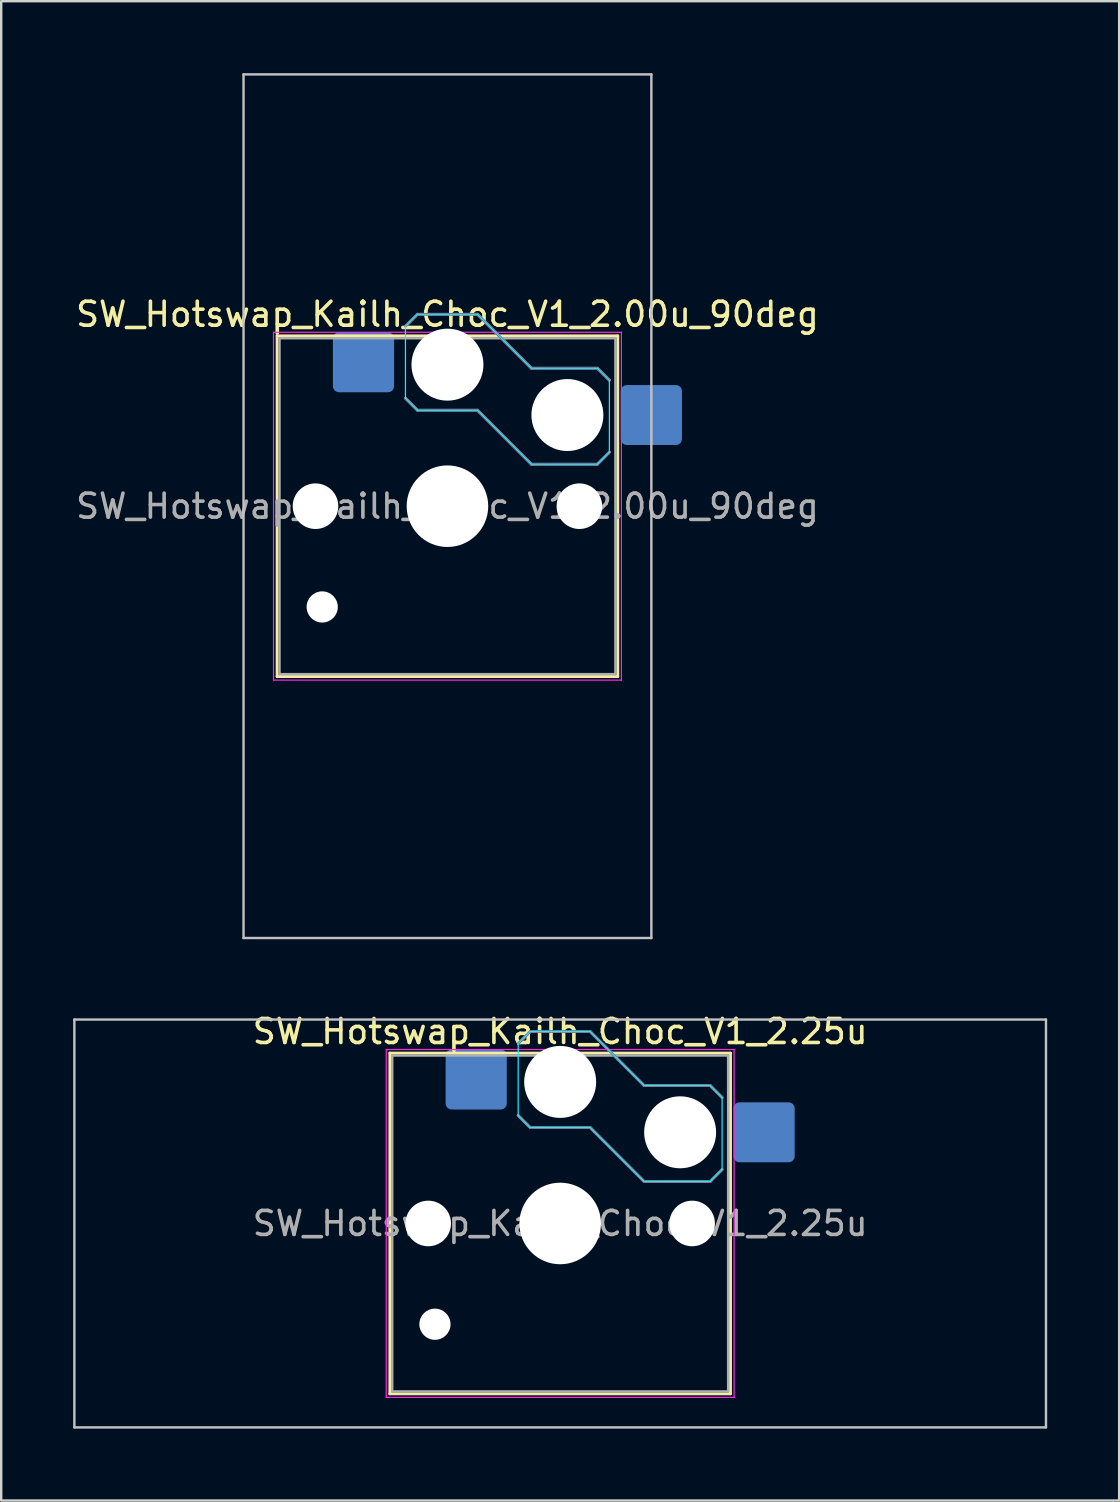
<source format=kicad_pcb>
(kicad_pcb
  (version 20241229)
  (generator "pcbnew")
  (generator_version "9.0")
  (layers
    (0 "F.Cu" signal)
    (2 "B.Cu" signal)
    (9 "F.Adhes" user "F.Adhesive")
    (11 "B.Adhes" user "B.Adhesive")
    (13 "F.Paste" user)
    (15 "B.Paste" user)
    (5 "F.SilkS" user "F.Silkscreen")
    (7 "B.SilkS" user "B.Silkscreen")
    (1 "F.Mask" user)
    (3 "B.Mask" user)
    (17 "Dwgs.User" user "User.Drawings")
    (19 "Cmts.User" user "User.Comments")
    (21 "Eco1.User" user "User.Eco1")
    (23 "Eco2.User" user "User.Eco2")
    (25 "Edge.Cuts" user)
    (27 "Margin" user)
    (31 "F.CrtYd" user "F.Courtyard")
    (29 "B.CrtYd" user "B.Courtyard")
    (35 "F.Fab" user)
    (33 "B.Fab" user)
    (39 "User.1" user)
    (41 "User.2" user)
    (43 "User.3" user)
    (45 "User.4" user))
  (footprint "SW_Hotswap_Kailh_Choc_V1_2.25u"
    (layer "F.Cu")
    (at 20.3 47.948)
    (property "Reference" "SW_Hotswap_Kailh_Choc_V1_2.25u" (at 0 -8 0) (layer "F.SilkS") (effects (font (size 1 1) (thickness 0.15))))
    (attr smd)
    (fp_line (start -7.1 -7.1) (end -7.1 7.1) (stroke (width 0.12) (type solid)) (layer "F.SilkS"))
    (fp_line (start -7.1 7.1) (end 7.1 7.1) (stroke (width 0.12) (type solid)) (layer "F.SilkS"))
    (fp_line (start 7.1 -7.1) (end -7.1 -7.1) (stroke (width 0.12) (type solid)) (layer "F.SilkS"))
    (fp_line (start 7.1 7.1) (end 7.1 -7.1) (stroke (width 0.12) (type solid)) (layer "F.SilkS"))
    (fp_line (start -1.75 -7.5) (end -1.25 -8) (stroke (width 0.12) (type solid)) (layer "B.SilkS"))
    (fp_line (start -1.25 -8) (end 1.25 -8) (stroke (width 0.12) (type solid)) (layer "B.SilkS"))
    (fp_line (start -1.25 -4) (end -1.75 -4.5) (stroke (width 0.12) (type solid)) (layer "B.SilkS"))
    (fp_line (start 1.25 -8) (end 3.5 -5.75) (stroke (width 0.12) (type solid)) (layer "B.SilkS"))
    (fp_line (start 1.25 -4) (end -1.25 -4) (stroke (width 0.12) (type solid)) (layer "B.SilkS"))
    (fp_line (start 3.5 -5.75) (end 6.25 -5.75) (stroke (width 0.12) (type solid)) (layer "B.SilkS"))
    (fp_line (start 3.5 -1.75) (end 1.25 -4) (stroke (width 0.12) (type solid)) (layer "B.SilkS"))
    (fp_line (start 6.25 -5.75) (end 6.75 -5.25) (stroke (width 0.12) (type solid)) (layer "B.SilkS"))
    (fp_line (start 6.25 -1.75) (end 3.5 -1.75) (stroke (width 0.12) (type solid)) (layer "B.SilkS"))
    (fp_line (start 6.75 -2.25) (end 6.25 -1.75) (stroke (width 0.12) (type solid)) (layer "B.SilkS"))
    (fp_line (start -20.25 -8.5) (end -20.25 8.5) (stroke (width 0.1) (type solid)) (layer "Dwgs.User"))
    (fp_line (start -20.25 8.5) (end 20.25 8.5) (stroke (width 0.1) (type solid)) (layer "Dwgs.User"))
    (fp_line (start 20.25 -8.5) (end -20.25 -8.5) (stroke (width 0.1) (type solid)) (layer "Dwgs.User"))
    (fp_line (start 20.25 8.5) (end 20.25 -8.5) (stroke (width 0.1) (type solid)) (layer "Dwgs.User"))
    (fp_line (start -1.75 -7.5) (end -1.25 -8) (stroke (width 0.05) (type solid)) (layer "B.CrtYd"))
    (fp_line (start -1.75 -4.5) (end -1.75 -7.5) (stroke (width 0.05) (type solid)) (layer "B.CrtYd"))
    (fp_line (start -1.25 -8) (end 1.25 -8) (stroke (width 0.05) (type solid)) (layer "B.CrtYd"))
    (fp_line (start -1.25 -4) (end -1.75 -4.5) (stroke (width 0.05) (type solid)) (layer "B.CrtYd"))
    (fp_line (start 1.25 -8) (end 3.5 -5.75) (stroke (width 0.05) (type solid)) (layer "B.CrtYd"))
    (fp_line (start 1.25 -4) (end -1.25 -4) (stroke (width 0.05) (type solid)) (layer "B.CrtYd"))
    (fp_line (start 3.5 -5.75) (end 6.25 -5.75) (stroke (width 0.05) (type solid)) (layer "B.CrtYd"))
    (fp_line (start 3.5 -1.75) (end 1.25 -4) (stroke (width 0.05) (type solid)) (layer "B.CrtYd"))
    (fp_line (start 6.25 -5.75) (end 6.75 -5.25) (stroke (width 0.05) (type solid)) (layer "B.CrtYd"))
    (fp_line (start 6.25 -1.75) (end 3.5 -1.75) (stroke (width 0.05) (type solid)) (layer "B.CrtYd"))
    (fp_line (start 6.75 -5.25) (end 6.75 -2.25) (stroke (width 0.05) (type solid)) (layer "B.CrtYd"))
    (fp_line (start 6.75 -2.25) (end 6.25 -1.75) (stroke (width 0.05) (type solid)) (layer "B.CrtYd"))
    (fp_line (start -7.25 -7.25) (end -7.25 7.25) (stroke (width 0.05) (type solid)) (layer "F.CrtYd"))
    (fp_line (start -7.25 7.25) (end 7.25 7.25) (stroke (width 0.05) (type solid)) (layer "F.CrtYd"))
    (fp_line (start 7.25 -7.25) (end -7.25 -7.25) (stroke (width 0.05) (type solid)) (layer "F.CrtYd"))
    (fp_line (start 7.25 7.25) (end 7.25 -7.25) (stroke (width 0.05) (type solid)) (layer "F.CrtYd"))
    (fp_line (start -1.75 -7.5) (end -1.25 -8) (stroke (width 0.1) (type solid)) (layer "B.Fab"))
    (fp_line (start -1.25 -8) (end 1.25 -8) (stroke (width 0.1) (type solid)) (layer "B.Fab"))
    (fp_line (start -1.25 -4) (end -1.75 -4.5) (stroke (width 0.1) (type solid)) (layer "B.Fab"))
    (fp_line (start 1.25 -8) (end 3.5 -5.75) (stroke (width 0.1) (type solid)) (layer "B.Fab"))
    (fp_line (start 1.25 -4) (end -1.25 -4) (stroke (width 0.1) (type solid)) (layer "B.Fab"))
    (fp_line (start 3.5 -5.75) (end 6.25 -5.75) (stroke (width 0.1) (type solid)) (layer "B.Fab"))
    (fp_line (start 3.5 -1.75) (end 1.25 -4) (stroke (width 0.1) (type solid)) (layer "B.Fab"))
    (fp_line (start 6.25 -5.75) (end 6.75 -5.25) (stroke (width 0.1) (type solid)) (layer "B.Fab"))
    (fp_line (start 6.25 -1.75) (end 3.5 -1.75) (stroke (width 0.1) (type solid)) (layer "B.Fab"))
    (fp_line (start 6.75 -2.25) (end 6.25 -1.75) (stroke (width 0.1) (type solid)) (layer "B.Fab"))
    (fp_line (start -7 -7) (end -7 7) (stroke (width 0.1) (type solid)) (layer "F.Fab"))
    (fp_line (start -7 7) (end 7 7) (stroke (width 0.1) (type solid)) (layer "F.Fab"))
    (fp_line (start 7 -7) (end -7 -7) (stroke (width 0.1) (type solid)) (layer "F.Fab"))
    (fp_line (start 7 7) (end 7 -7) (stroke (width 0.1) (type solid)) (layer "F.Fab"))
    (fp_text user "${REFERENCE}" (at 0 0 0) (layer "F.Fab") (effects (font (size 1 1) (thickness 0.15))))
    (pad "" np_thru_hole circle (at -5.5 0) (size 1.9 1.9) (drill 1.9) (layers "*.Cu" "*.Mask"))
    (pad "" np_thru_hole circle (at -5.22 4.2) (size 1.3 1.3) (drill 1.3) (layers "*.Cu" "*.Mask"))
    (pad "" np_thru_hole circle (at 0 -5.9) (size 3 3) (drill 3) (layers "*.Cu" "*.Mask"))
    (pad "" np_thru_hole circle (at 0 0) (size 3.4 3.4) (drill 3.4) (layers "*.Cu" "*.Mask"))
    (pad "" np_thru_hole circle (at 5 -3.8) (size 3 3) (drill 3) (layers "*.Cu" "*.Mask"))
    (pad "" np_thru_hole circle (at 5.5 0) (size 1.9 1.9) (drill 1.9) (layers "*.Cu" "*.Mask"))
    (pad "1" smd roundrect (at -3.5 -6) (size 2.55 2.5) (layers "B.Cu" "B.Mask" "B.Paste") (roundrect_rratio 0.1))
    (pad "2" smd roundrect (at 8.5 -3.8) (size 2.55 2.5) (layers "B.Cu" "B.Mask" "B.Paste") (roundrect_rratio 0.1)))
  (footprint "SW_Hotswap_Kailh_Choc_V1_2.00u_90deg"
    (layer "F.Cu")
    (at 15.601 18.05)
    (property "Reference" "SW_Hotswap_Kailh_Choc_V1_2.00u_90deg" (at 0 -8 0) (layer "F.SilkS") (effects (font (size 1 1) (thickness 0.15))))
    (attr smd)
    (fp_line (start -7.1 -7.1) (end -7.1 7.1) (stroke (width 0.12) (type solid)) (layer "F.SilkS"))
    (fp_line (start -7.1 7.1) (end 7.1 7.1) (stroke (width 0.12) (type solid)) (layer "F.SilkS"))
    (fp_line (start 7.1 -7.1) (end -7.1 -7.1) (stroke (width 0.12) (type solid)) (layer "F.SilkS"))
    (fp_line (start 7.1 7.1) (end 7.1 -7.1) (stroke (width 0.12) (type solid)) (layer "F.SilkS"))
    (fp_line (start -1.75 -7.5) (end -1.25 -8) (stroke (width 0.12) (type solid)) (layer "B.SilkS"))
    (fp_line (start -1.25 -8) (end 1.25 -8) (stroke (width 0.12) (type solid)) (layer "B.SilkS"))
    (fp_line (start -1.25 -4) (end -1.75 -4.5) (stroke (width 0.12) (type solid)) (layer "B.SilkS"))
    (fp_line (start 1.25 -8) (end 3.5 -5.75) (stroke (width 0.12) (type solid)) (layer "B.SilkS"))
    (fp_line (start 1.25 -4) (end -1.25 -4) (stroke (width 0.12) (type solid)) (layer "B.SilkS"))
    (fp_line (start 3.5 -5.75) (end 6.25 -5.75) (stroke (width 0.12) (type solid)) (layer "B.SilkS"))
    (fp_line (start 3.5 -1.75) (end 1.25 -4) (stroke (width 0.12) (type solid)) (layer "B.SilkS"))
    (fp_line (start 6.25 -5.75) (end 6.75 -5.25) (stroke (width 0.12) (type solid)) (layer "B.SilkS"))
    (fp_line (start 6.25 -1.75) (end 3.5 -1.75) (stroke (width 0.12) (type solid)) (layer "B.SilkS"))
    (fp_line (start 6.75 -2.25) (end 6.25 -1.75) (stroke (width 0.12) (type solid)) (layer "B.SilkS"))
    (fp_line (start -8.5 -18) (end 8.5 -18) (stroke (width 0.1) (type solid)) (layer "Dwgs.User"))
    (fp_line (start -8.5 18) (end -8.5 -18) (stroke (width 0.1) (type solid)) (layer "Dwgs.User"))
    (fp_line (start 8.5 -18) (end 8.5 18) (stroke (width 0.1) (type solid)) (layer "Dwgs.User"))
    (fp_line (start 8.5 18) (end -8.5 18) (stroke (width 0.1) (type solid)) (layer "Dwgs.User"))
    (fp_line (start -1.75 -7.5) (end -1.25 -8) (stroke (width 0.05) (type solid)) (layer "B.CrtYd"))
    (fp_line (start -1.75 -4.5) (end -1.75 -7.5) (stroke (width 0.05) (type solid)) (layer "B.CrtYd"))
    (fp_line (start -1.25 -8) (end 1.25 -8) (stroke (width 0.05) (type solid)) (layer "B.CrtYd"))
    (fp_line (start -1.25 -4) (end -1.75 -4.5) (stroke (width 0.05) (type solid)) (layer "B.CrtYd"))
    (fp_line (start 1.25 -8) (end 3.5 -5.75) (stroke (width 0.05) (type solid)) (layer "B.CrtYd"))
    (fp_line (start 1.25 -4) (end -1.25 -4) (stroke (width 0.05) (type solid)) (layer "B.CrtYd"))
    (fp_line (start 3.5 -5.75) (end 6.25 -5.75) (stroke (width 0.05) (type solid)) (layer "B.CrtYd"))
    (fp_line (start 3.5 -1.75) (end 1.25 -4) (stroke (width 0.05) (type solid)) (layer "B.CrtYd"))
    (fp_line (start 6.25 -5.75) (end 6.75 -5.25) (stroke (width 0.05) (type solid)) (layer "B.CrtYd"))
    (fp_line (start 6.25 -1.75) (end 3.5 -1.75) (stroke (width 0.05) (type solid)) (layer "B.CrtYd"))
    (fp_line (start 6.75 -5.25) (end 6.75 -2.25) (stroke (width 0.05) (type solid)) (layer "B.CrtYd"))
    (fp_line (start 6.75 -2.25) (end 6.25 -1.75) (stroke (width 0.05) (type solid)) (layer "B.CrtYd"))
    (fp_line (start -7.25 -7.25) (end -7.25 7.25) (stroke (width 0.05) (type solid)) (layer "F.CrtYd"))
    (fp_line (start -7.25 7.25) (end 7.25 7.25) (stroke (width 0.05) (type solid)) (layer "F.CrtYd"))
    (fp_line (start 7.25 -7.25) (end -7.25 -7.25) (stroke (width 0.05) (type solid)) (layer "F.CrtYd"))
    (fp_line (start 7.25 7.25) (end 7.25 -7.25) (stroke (width 0.05) (type solid)) (layer "F.CrtYd"))
    (fp_line (start -1.75 -7.5) (end -1.25 -8) (stroke (width 0.1) (type solid)) (layer "B.Fab"))
    (fp_line (start -1.25 -8) (end 1.25 -8) (stroke (width 0.1) (type solid)) (layer "B.Fab"))
    (fp_line (start -1.25 -4) (end -1.75 -4.5) (stroke (width 0.1) (type solid)) (layer "B.Fab"))
    (fp_line (start 1.25 -8) (end 3.5 -5.75) (stroke (width 0.1) (type solid)) (layer "B.Fab"))
    (fp_line (start 1.25 -4) (end -1.25 -4) (stroke (width 0.1) (type solid)) (layer "B.Fab"))
    (fp_line (start 3.5 -5.75) (end 6.25 -5.75) (stroke (width 0.1) (type solid)) (layer "B.Fab"))
    (fp_line (start 3.5 -1.75) (end 1.25 -4) (stroke (width 0.1) (type solid)) (layer "B.Fab"))
    (fp_line (start 6.25 -5.75) (end 6.75 -5.25) (stroke (width 0.1) (type solid)) (layer "B.Fab"))
    (fp_line (start 6.25 -1.75) (end 3.5 -1.75) (stroke (width 0.1) (type solid)) (layer "B.Fab"))
    (fp_line (start 6.75 -2.25) (end 6.25 -1.75) (stroke (width 0.1) (type solid)) (layer "B.Fab"))
    (fp_line (start -7 -7) (end -7 7) (stroke (width 0.1) (type solid)) (layer "F.Fab"))
    (fp_line (start -7 7) (end 7 7) (stroke (width 0.1) (type solid)) (layer "F.Fab"))
    (fp_line (start 7 -7) (end -7 -7) (stroke (width 0.1) (type solid)) (layer "F.Fab"))
    (fp_line (start 7 7) (end 7 -7) (stroke (width 0.1) (type solid)) (layer "F.Fab"))
    (fp_text user "${REFERENCE}" (at 0 0 0) (layer "F.Fab") (effects (font (size 1 1) (thickness 0.15))))
    (pad "" np_thru_hole circle (at -5.5 0) (size 1.9 1.9) (drill 1.9) (layers "*.Cu" "*.Mask"))
    (pad "" np_thru_hole circle (at -5.22 4.2) (size 1.3 1.3) (drill 1.3) (layers "*.Cu" "*.Mask"))
    (pad "" np_thru_hole circle (at 0 -5.9) (size 3 3) (drill 3) (layers "*.Cu" "*.Mask"))
    (pad "" np_thru_hole circle (at 0 0) (size 3.4 3.4) (drill 3.4) (layers "*.Cu" "*.Mask"))
    (pad "" np_thru_hole circle (at 5 -3.8) (size 3 3) (drill 3) (layers "*.Cu" "*.Mask"))
    (pad "" np_thru_hole circle (at 5.5 0) (size 1.9 1.9) (drill 1.9) (layers "*.Cu" "*.Mask"))
    (pad "1" smd roundrect (at -3.5 -6) (size 2.55 2.5) (layers "B.Cu" "B.Mask" "B.Paste") (roundrect_rratio 0.1))
    (pad "2" smd roundrect (at 8.5 -3.8) (size 2.55 2.5) (layers "B.Cu" "B.Mask" "B.Paste") (roundrect_rratio 0.1)))
  (gr_rect
    (start -3 -3)
    (end 43.6 59.498)
    (stroke (width 0.1) (type default))
    (fill no)
    (layer "Edge.Cuts")))
</source>
